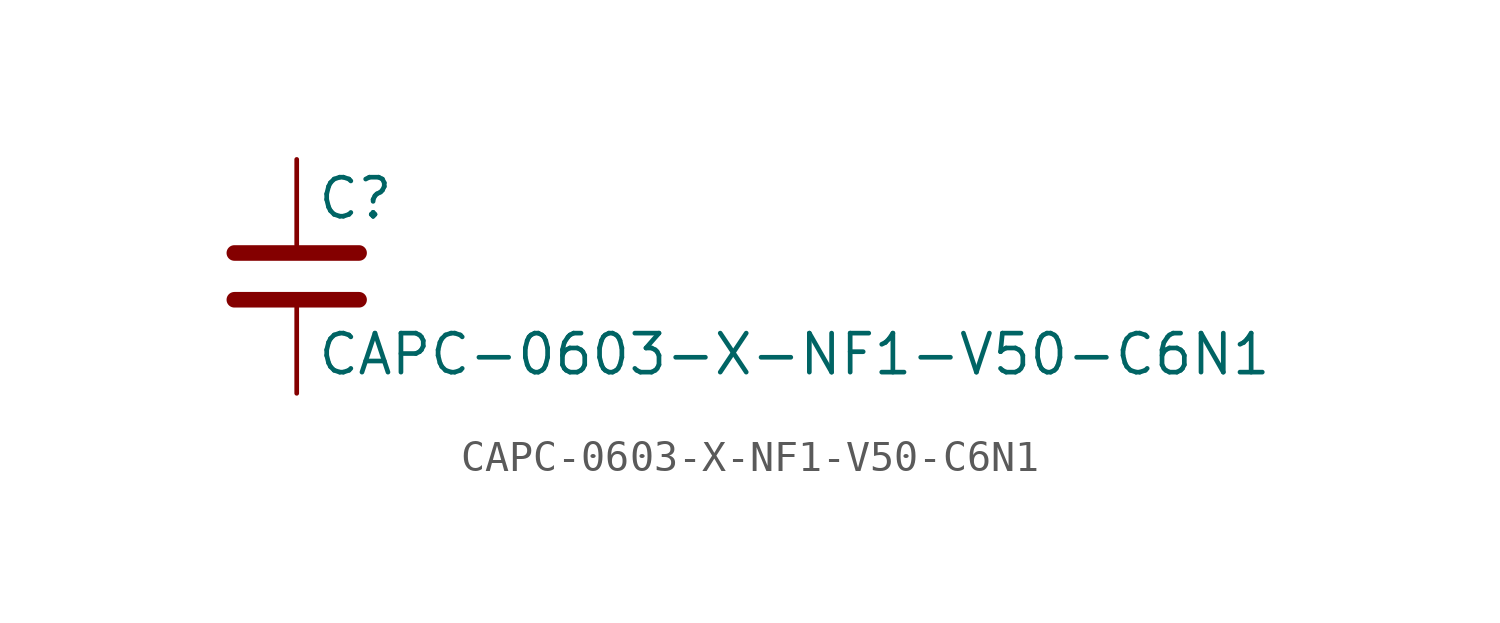
<source format=kicad_sym>
(kicad_symbol_lib
  (version 20211014)
  (generator kicad_symbol_editor)
  (symbol "CAPC-0603-X-NF1-V50-C6N1"
    (pin_numbers hide)
    (pin_names
      (offset 0.254))
    (property "Reference" "C"
      (at 0.635 2.54 0)
      (effects (font (size 1.27 1.27)) (justify left)))
    (property "Value" "CAPC-0603-X-NF1-V50-C6N1"
      (at 0.635 -2.54 0)
      (effects (font (size 1.27 1.27)) (justify left)))
    (symbol "CAPC-0603-X-NF1-V50-C6N1_0_1"
      (polyline (pts (xy -2.032 -0.762) (xy 2.032 -0.762)) (stroke (width 0.508) (type default) (color 0 0 0 0)) (fill (type none)))
      (polyline (pts (xy -2.032 0.762) (xy 2.032 0.762)) (stroke (width 0.508) (type default) (color 0 0 0 0)) (fill (type none))))
    (symbol "CAPC-0603-X-NF1-V50-C6N1_1_1"
      (pin passive line (at 0 3.81 270) (length 2.794) (name "~" (effects (font (size 1.27 1.27)))) (number "1" (effects (font (size 1.27 1.27)))))
      (pin passive line (at 0 -3.81 90) (length 2.794) (name "~" (effects (font (size 1.27 1.27)))) (number "2" (effects (font (size 1.27 1.27))))))))
</source>
